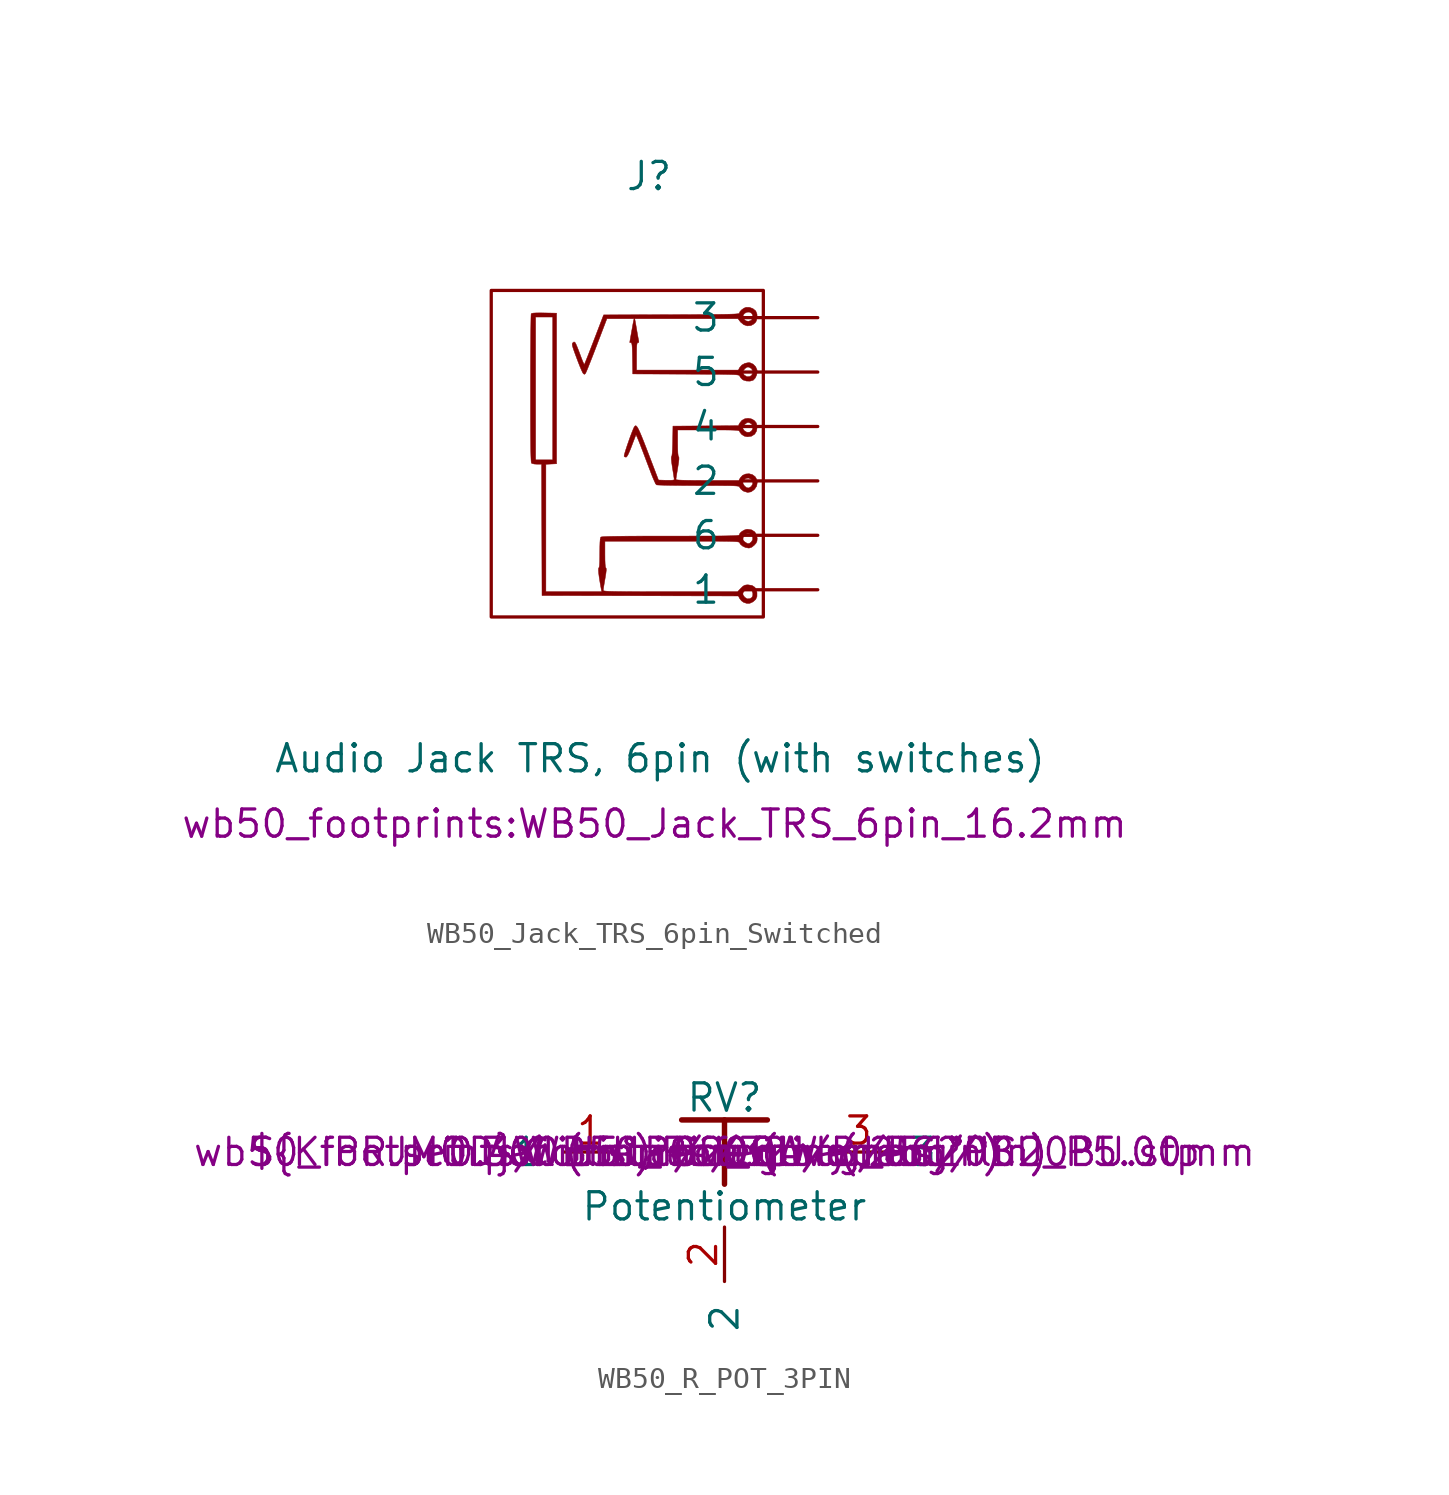
<source format=kicad_sym>
(kicad_symbol_lib
  (version 20241209)
  (generator "kicad_symbol_editor")
  (generator_version "9.0")
  (symbol "WB50_Jack_TRS_6pin_Switched"
    (pin_numbers
      (hide yes))
    (pin_names
      (offset 1.016))
    (property "Reference" "J"
      (at -0.254 12.954 0)
      (effects (font (size 1.27 1.27))))
    (property "Value" "Audio Jack TRS, 6pin (with switches)"
      (at 0.254 -14.224 0)
      (effects (font (size 1.27 1.27))))
    (property "Footprint" "wb50_footprints:WB50_Jack_TRS_6pin_16.2mm"
      (at 0 -17.272 0)
      (effects (font (size 1.27 1.27))))
    (property "Datasheet" ""
      (at 0 0 0)
      (effects (font (size 1.27 1.27))))
    (symbol "WB50_Jack_TRS_6pin_Switched_0_0"
      (polyline (pts (xy 4.445 -6.985) (xy 4.582 -6.922) (xy 4.603 -6.909) (xy 4.724 -6.801) (xy 4.782 -6.666) (xy 4.783 -6.486) (xy 4.763 -6.382) (xy 4.685 -6.236) (xy 4.553 -6.15) (xy 4.367 -6.121) (xy 4.313 -6.122) (xy 4.213 -6.138) (xy 4.13 -6.186) (xy 4.031 -6.281) (xy 3.879 -6.441) (xy 0.743 -6.441) (xy 0.517 -6.441) (xy -0.034 -6.441) (xy -0.513 -6.44) (xy -0.923 -6.439) (xy -1.27 -6.437) (xy -1.56 -6.435) (xy -1.796 -6.432) (xy -1.985 -6.428) (xy -2.131 -6.423) (xy -2.239 -6.417) (xy -2.314 -6.41) (xy -2.362 -6.402) (xy -2.387 -6.392) (xy -2.394 -6.381) (xy -2.394 -6.38) (xy -2.387 -6.317) (xy -2.368 -6.193) (xy -2.341 -6.026) (xy -2.308 -5.834) (xy -2.304 -5.81) (xy -2.269 -5.595) (xy -2.252 -5.449) (xy -2.252 -5.364) (xy -2.268 -5.331) (xy -2.274 -5.327) (xy -2.292 -5.274) (xy -2.304 -5.154) (xy -2.312 -4.965) (xy -2.314 -4.7) (xy -2.314 -4.085) (xy 0.818 -4.085) (xy 1.021 -4.085) (xy 1.569 -4.085) (xy 2.043 -4.085) (xy 2.451 -4.085) (xy 2.796 -4.087) (xy 3.083 -4.088) (xy 3.319 -4.09) (xy 3.509 -4.094) (xy 3.657 -4.098) (xy 3.769 -4.103) (xy 3.85 -4.11) (xy 3.905 -4.118) (xy 3.941 -4.128) (xy 3.961 -4.139) (xy 3.971 -4.152) (xy 3.977 -4.167) (xy 4.013 -4.229) (xy 4.115 -4.315) (xy 4.25 -4.379) (xy 4.389 -4.404) (xy 4.429 -4.402) (xy 4.541 -4.364) (xy 4.659 -4.268) (xy 4.739 -4.178) (xy 4.783 -4.083) (xy 4.794 -3.959) (xy 4.767 -3.794) (xy 4.679 -3.649) (xy 4.535 -3.557) (xy 4.341 -3.526) (xy 4.312 -3.527) (xy 4.193 -3.562) (xy 4.078 -3.629) (xy 3.99 -3.71) (xy 3.956 -3.789) (xy 3.956 -3.789) (xy 3.946 -3.799) (xy 3.915 -3.808) (xy 3.857 -3.816) (xy 3.767 -3.823) (xy 3.641 -3.828) (xy 3.474 -3.833) (xy 3.262 -3.837) (xy 2.998 -3.84) (xy 2.679 -3.842) (xy 2.299 -3.843) (xy 1.854 -3.844) (xy 1.339 -3.845) (xy 0.749 -3.845) (xy 0.633 -3.845) (xy 0.031 -3.845) (xy -0.496 -3.846) (xy -0.951 -3.848) (xy -1.339 -3.85) (xy -1.664 -3.854) (xy -1.93 -3.858) (xy -2.14 -3.863) (xy -2.299 -3.869) (xy -2.41 -3.876) (xy -2.478 -3.884) (xy -2.506 -3.893) (xy -2.515 -3.908) (xy -2.533 -3.986) (xy -2.535 -4.017) (xy 4.132 -4.017) (xy 4.135 -3.93) (xy 4.142 -3.905) (xy 4.21 -3.793) (xy 4.312 -3.734) (xy 4.425 -3.733) (xy 4.529 -3.798) (xy 4.58 -3.884) (xy 4.585 -4.008) (xy 4.515 -4.125) (xy 4.505 -4.134) (xy 4.417 -4.194) (xy 4.329 -4.189) (xy 4.218 -4.119) (xy 4.183 -4.09) (xy 4.132 -4.017) (xy -2.535 -4.017) (xy -2.545 -4.129) (xy -2.552 -4.341) (xy -2.554 -4.628) (xy -2.555 -4.826) (xy -2.559 -5.051) (xy -2.568 -5.206) (xy -2.582 -5.298) (xy -2.601 -5.332) (xy -2.61 -5.345) (xy -2.616 -5.425) (xy -2.606 -5.572) (xy -2.58 -5.777) (xy -2.539 -6.033) (xy -2.485 -6.331) (xy -2.464 -6.441) (xy -3.767 -6.441) (xy -5.07 -6.441) (xy -5.07 -3.467) (xy -5.07 -0.494) (xy -4.82 -0.482) (xy -4.571 -0.47) (xy -4.571 3.044) (xy -4.571 6.559) (xy -5.147 6.57) (xy -5.307 6.572) (xy -5.506 6.571) (xy -5.64 6.564) (xy -5.72 6.551) (xy -5.755 6.53) (xy -5.759 6.501) (xy -5.764 6.398) (xy -5.768 6.224) (xy -5.772 5.988) (xy -5.776 5.693) (xy -5.779 5.347) (xy -5.782 4.954) (xy -5.785 4.522) (xy -5.787 4.055) (xy -5.788 3.56) (xy -5.788 3.042) (xy -5.788 2.647) (xy -5.788 2.055) (xy -5.787 1.537) (xy -5.785 1.089) (xy -5.782 0.707) (xy -5.779 0.387) (xy -5.775 0.126) (xy -5.77 -0.082) (xy -5.764 -0.238) (xy -5.761 -0.287) (xy -5.549 -0.287) (xy -5.549 3.046) (xy -5.549 6.379) (xy -5.15 6.379) (xy -4.75 6.379) (xy -4.75 3.046) (xy -4.75 -0.288) (xy -5.15 -0.287) (xy -5.549 -0.287) (xy -5.761 -0.287) (xy -5.758 -0.348) (xy -5.75 -0.415) (xy -5.741 -0.442) (xy -5.709 -0.46) (xy -5.61 -0.482) (xy -5.481 -0.49) (xy -5.27 -0.49) (xy -5.26 -3.555) (xy -5.25 -6.498) (xy 4.127 -6.498) (xy 4.196 -6.401) (xy 4.303 -6.336) (xy 4.426 -6.328) (xy 4.532 -6.384) (xy 4.559 -6.42) (xy 4.59 -6.524) (xy 4.586 -6.634) (xy 4.545 -6.711) (xy 4.449 -6.768) (xy 4.329 -6.776) (xy 4.216 -6.705) (xy 4.209 -6.698) (xy 4.132 -6.592) (xy 4.127 -6.498) (xy -5.25 -6.498) (xy -5.25 -6.621) (xy -0.668 -6.631) (xy 3.914 -6.641) (xy 3.978 -6.764) (xy 4.059 -6.866) (xy 4.168 -6.942) (xy 4.315 -6.989) (xy 4.445 -6.985)) (stroke (width 0.01) (type default)) (fill (type outline)))
      (polyline (pts (xy 4.508 -1.78) (xy 4.659 -1.672) (xy 4.766 -1.518) (xy 4.798 -1.343) (xy 4.751 -1.158) (xy 4.694 -1.069) (xy 4.568 -0.977) (xy 4.415 -0.936) (xy 4.255 -0.948) (xy 4.112 -1.011) (xy 4.004 -1.129) (xy 3.936 -1.249) (xy 2.468 -1.249) (xy 2.127 -1.248) (xy 1.768 -1.246) (xy 1.482 -1.242) (xy 1.266 -1.236) (xy 1.116 -1.228) (xy 1.029 -1.218) (xy 1.001 -1.205) (xy 1.001 -1.203) (xy 1.008 -1.14) (xy 1.027 -1.018) (xy 1.054 -0.851) (xy 1.086 -0.658) (xy 1.087 -0.649) (xy 1.123 -0.422) (xy 1.141 -0.266) (xy 1.141 -0.174) (xy 1.126 -0.139) (xy 1.123 -0.138) (xy 1.104 -0.089) (xy 1.091 0.03) (xy 1.083 0.222) (xy 1.08 0.491) (xy 1.08 1.107) (xy 2.515 1.107) (xy 2.547 1.107) (xy 2.917 1.107) (xy 3.216 1.106) (xy 3.452 1.105) (xy 3.632 1.101) (xy 3.763 1.096) (xy 3.855 1.089) (xy 3.914 1.079) (xy 3.949 1.066) (xy 3.966 1.049) (xy 3.975 1.028) (xy 3.986 1.002) (xy 4.072 0.896) (xy 4.199 0.818) (xy 4.339 0.788) (xy 4.529 0.818) (xy 4.674 0.91) (xy 4.764 1.058) (xy 4.795 1.258) (xy 4.793 1.29) (xy 4.748 1.44) (xy 4.651 1.554) (xy 4.519 1.625) (xy 4.368 1.652) (xy 4.216 1.63) (xy 4.08 1.556) (xy 3.976 1.427) (xy 3.914 1.308) (xy 2.388 1.297) (xy 0.861 1.287) (xy 0.859 1.167) (xy 4.127 1.167) (xy 4.133 1.262) (xy 4.214 1.369) (xy 4.217 1.371) (xy 4.315 1.448) (xy 4.402 1.458) (xy 4.506 1.405) (xy 4.535 1.38) (xy 4.588 1.276) (xy 4.584 1.156) (xy 4.522 1.054) (xy 4.436 1.002) (xy 4.312 0.998) (xy 4.196 1.067) (xy 4.193 1.07) (xy 4.127 1.167) (xy 0.859 1.167) (xy 0.85 0.59) (xy 0.847 0.461) (xy 0.839 0.221) (xy 0.828 0.037) (xy 0.814 -0.084) (xy 0.797 -0.133) (xy 0.787 -0.154) (xy 0.785 -0.248) (xy 0.802 -0.418) (xy 0.838 -0.665) (xy 0.843 -0.69) (xy 0.873 -0.882) (xy 0.898 -1.043) (xy 0.915 -1.159) (xy 0.921 -1.212) (xy 0.919 -1.217) (xy 0.864 -1.234) (xy 0.739 -1.242) (xy 0.553 -1.241) (xy 0.186 -1.229) (xy -0.295 0.028) (xy -0.381 0.252) (xy -0.506 0.572) (xy -0.608 0.826) (xy -0.691 1.02) (xy -0.757 1.159) (xy -0.81 1.249) (xy -0.853 1.296) (xy -0.889 1.305) (xy -0.921 1.282) (xy -0.953 1.234) (xy -0.959 1.222) (xy -1.005 1.118) (xy -1.065 0.967) (xy -1.134 0.785) (xy -1.204 0.587) (xy -1.273 0.388) (xy -1.334 0.203) (xy -1.382 0.047) (xy -1.412 -0.065) (xy -1.419 -0.117) (xy -1.397 -0.146) (xy -1.327 -0.163) (xy -1.292 -0.137) (xy -1.235 -0.045) (xy -1.162 0.115) (xy -1.069 0.349) (xy -1.054 0.39) (xy -0.985 0.573) (xy -0.926 0.726) (xy -0.885 0.834) (xy -0.867 0.882) (xy -0.851 0.861) (xy -0.811 0.775) (xy -0.752 0.636) (xy -0.68 0.455) (xy -0.598 0.243) (xy -0.547 0.111) (xy -0.442 -0.167) (xy -0.335 -0.45) (xy -0.235 -0.711) (xy -0.154 -0.925) (xy -0.141 -0.96) (xy -0.067 -1.143) (xy -0.0001 -1.296) (xy 0.045 -1.387) (xy 4.128 -1.387) (xy 4.129 -1.3) (xy 4.196 -1.209) (xy 4.265 -1.156) (xy 4.379 -1.135) (xy 4.506 -1.191) (xy 4.52 -1.202) (xy 4.584 -1.3) (xy 4.583 -1.417) (xy 4.515 -1.529) (xy 4.408 -1.598) (xy 4.301 -1.59) (xy 4.198 -1.503) (xy 4.193 -1.496) (xy 4.128 -1.387) (xy 0.045 -1.387) (xy 0.054 -1.405) (xy 0.088 -1.453) (xy 0.137 -1.46) (xy 0.259 -1.466) (xy 0.444 -1.472) (xy 0.685 -1.478) (xy 0.974 -1.482) (xy 1.302 -1.485) (xy 1.663 -1.487) (xy 2.046 -1.488) (xy 2.433 -1.488) (xy 2.807 -1.489) (xy 3.115 -1.49) (xy 3.362 -1.492) (xy 3.556 -1.494) (xy 3.703 -1.499) (xy 3.809 -1.505) (xy 3.882 -1.513) (xy 3.929 -1.523) (xy 3.956 -1.536) (xy 3.969 -1.552) (xy 3.977 -1.571) (xy 3.98 -1.58) (xy 4.037 -1.657) (xy 4.129 -1.731) (xy 4.176 -1.757) (xy 4.348 -1.808) (xy 4.508 -1.78)) (stroke (width 0.01) (type default)) (fill (type outline)))
      (polyline (pts (xy 4.597 3.425) (xy 4.615 3.436) (xy 4.705 3.535) (xy 4.77 3.679) (xy 4.795 3.838) (xy 4.786 3.911) (xy 4.72 4.061) (xy 4.603 4.18) (xy 4.457 4.245) (xy 4.386 4.25) (xy 4.223 4.218) (xy 4.075 4.136) (xy 3.973 4.017) (xy 3.914 3.903) (xy 1.539 3.903) (xy -0.837 3.903) (xy -0.837 4.542) (xy -0.836 4.769) (xy -0.833 4.947) (xy -0.826 5.066) (xy -0.815 5.137) (xy -0.798 5.172) (xy -0.774 5.181) (xy -0.738 5.192) (xy -0.732 5.251) (xy -0.739 5.279) (xy -0.759 5.38) (xy -0.786 5.528) (xy -0.816 5.7) (xy -0.83 5.788) (xy -0.86 5.96) (xy -0.884 6.102) (xy -0.901 6.189) (xy -0.923 6.299) (xy 1.489 6.299) (xy 3.901 6.299) (xy 3.992 6.176) (xy 4.02 6.141) (xy 4.165 6.021) (xy 4.33 5.965) (xy 4.498 5.981) (xy 4.499 5.981) (xy 4.618 6.043) (xy 4.714 6.128) (xy 4.755 6.199) (xy 4.791 6.354) (xy 4.783 6.518) (xy 4.729 6.654) (xy 4.716 6.671) (xy 4.593 6.771) (xy 4.435 6.829) (xy 4.279 6.833) (xy 4.178 6.793) (xy 4.071 6.719) (xy 3.989 6.632) (xy 3.956 6.553) (xy 3.953 6.548) (xy 3.928 6.538) (xy 3.876 6.53) (xy 3.792 6.522) (xy 3.67 6.516) (xy 3.507 6.511) (xy 3.297 6.506) (xy 3.035 6.502) (xy 2.718 6.499) (xy 2.339 6.496) (xy 1.895 6.493) (xy 1.381 6.491) (xy 0.791 6.489) (xy -2.373 6.479) (xy -2.4 6.41) (xy 4.123 6.41) (xy 4.159 6.493) (xy 4.201 6.546) (xy 4.308 6.604) (xy 4.428 6.61) (xy 4.53 6.558) (xy 4.582 6.469) (xy 4.587 6.347) (xy 4.532 6.242) (xy 4.5 6.216) (xy 4.384 6.178) (xy 4.264 6.202) (xy 4.169 6.284) (xy 4.135 6.342) (xy 4.123 6.41) (xy -2.4 6.41) (xy -2.813 5.333) (xy -2.86 5.21) (xy -2.967 4.935) (xy -3.063 4.687) (xy -3.146 4.477) (xy -3.212 4.314) (xy -3.256 4.207) (xy -3.275 4.166) (xy -3.277 4.166) (xy -3.302 4.204) (xy -3.346 4.301) (xy -3.405 4.446) (xy -3.471 4.623) (xy -3.477 4.639) (xy -3.547 4.826) (xy -3.611 4.988) (xy -3.663 5.109) (xy -3.696 5.172) (xy -3.716 5.198) (xy -3.757 5.219) (xy -3.811 5.177) (xy -3.826 5.161) (xy -3.839 5.127) (xy -3.838 5.075) (xy -3.82 4.993) (xy -3.781 4.871) (xy -3.719 4.696) (xy -3.631 4.459) (xy -3.564 4.282) (xy -3.485 4.082) (xy -3.415 3.917) (xy -3.361 3.799) (xy -3.328 3.743) (xy -3.311 3.727) (xy -3.265 3.705) (xy -3.219 3.748) (xy -3.205 3.775) (xy -3.163 3.871) (xy -3.099 4.027) (xy -3.017 4.233) (xy -2.92 4.479) (xy -2.812 4.757) (xy -2.697 5.056) (xy -2.223 6.299) (xy -1.589 6.299) (xy -0.955 6.299) (xy -0.975 6.209) (xy -0.977 6.202) (xy -0.992 6.125) (xy -1.016 5.997) (xy -1.045 5.836) (xy -1.076 5.662) (xy -1.106 5.492) (xy -1.132 5.345) (xy -1.149 5.239) (xy -1.156 5.194) (xy -1.15 5.188) (xy -1.097 5.181) (xy -1.095 5.181) (xy -1.074 5.167) (xy -1.058 5.124) (xy -1.046 5.041) (xy -1.038 4.908) (xy -1.032 4.715) (xy -1.027 4.452) (xy -1.017 3.766) (xy 4.126 3.766) (xy 4.134 3.86) (xy 4.216 3.967) (xy 4.225 3.975) (xy 4.318 4.04) (xy 4.406 4.041) (xy 4.413 4.039) (xy 4.525 3.97) (xy 4.585 3.867) (xy 4.586 3.753) (xy 4.522 3.649) (xy 4.436 3.598) (xy 4.312 3.594) (xy 4.196 3.663) (xy 4.19 3.669) (xy 4.126 3.766) (xy -1.017 3.766) (xy -1.016 3.723) (xy 1.467 3.713) (xy 1.657 3.712) (xy 2.137 3.71) (xy 2.545 3.708) (xy 2.886 3.705) (xy 3.168 3.703) (xy 3.396 3.699) (xy 3.575 3.695) (xy 3.712 3.69) (xy 3.813 3.683) (xy 3.883 3.675) (xy 3.928 3.665) (xy 3.955 3.654) (xy 3.969 3.64) (xy 3.976 3.624) (xy 4.023 3.546) (xy 4.103 3.465) (xy 4.151 3.435) (xy 4.297 3.391) (xy 4.459 3.387) (xy 4.597 3.425)) (stroke (width 0.01) (type default)) (fill (type outline))))
    (symbol "WB50_Jack_TRS_6pin_Switched_0_1"
      (rectangle (start -7.62 7.62) (end 5.08 -7.62) (stroke (width 0) (type default)) (fill (type none))))
    (symbol "WB50_Jack_TRS_6pin_Switched_1_1"
      (pin passive line (at 7.62 6.35 180) (length 3.5) (name "3" (effects (font (size 1.27 1.27)))) (number "3" (effects (font (size 1.27 1.27)))))
      (pin passive line (at 7.62 3.81 180) (length 3.5) (name "5" (effects (font (size 1.27 1.27)))) (number "5" (effects (font (size 1.27 1.27)))))
      (pin passive line (at 7.62 1.27 180) (length 3.5) (name "4" (effects (font (size 1.27 1.27)))) (number "4" (effects (font (size 1.27 1.27)))))
      (pin passive line (at 7.62 -1.27 180) (length 3.5) (name "2" (effects (font (size 1.27 1.27)))) (number "2" (effects (font (size 1.27 1.27)))))
      (pin passive line (at 7.62 -3.81 180) (length 3.5) (name "6" (effects (font (size 1.27 1.27)))) (number "6" (effects (font (size 1.27 1.27)))))
      (pin passive line (at 7.62 -6.35 180) (length 3.5) (name "1" (effects (font (size 1.27 1.27)))) (number "1" (effects (font (size 1.27 1.27)))))))
  (symbol "WB50_R_POT_3PIN"
    (pin_names
      (offset 1.016))
    (property "Reference" "RV"
      (at 0 2.54 0)
      (effects (font (size 1.27 1.27))))
    (property "Value" "Potentiometer"
      (at 0 -2.54 0)
      (effects (font (size 1.27 1.27))))
    (property "Footprint" "wb50_footprints:WB50_Pot_Omeg_PC20BU_P5.00mm"
      (at 0 0 0)
      (effects (font (size 1.27 1.27))))
    (property "Datasheet" ""
      (at 0 0 0)
      (effects (font (size 1.27 1.27))))
    (property "Manufacturer" "Omeg"
      (at 0 0 0)
      (effects (font (size 1.27 1.27))))
    (property "MPN" "PC20BU"
      (at 0 0 0)
      (effects (font (size 1.27 1.27))))
    (property "Law" "set per instance (A/B/log/lin)"
      (at 0 0 0)
      (effects (font (size 1.27 1.27))))
    (property "RatedPower@40C" "0.4W (lin) / 0.2W (nonlin)"
      (at 0 0 0)
      (effects (font (size 1.27 1.27))))
    (property "Track" "Conductive polymer"
      (at 0 0 0)
      (effects (font (size 1.27 1.27))))
    (property "Rotation" "300±5°, effective 256°"
      (at 0 0 0)
      (effects (font (size 1.27 1.27))))
    (property "3DModel" "${KIPRJMOD}/libraries/3dmodels/PC20BU.stp"
      (at 0 0 0)
      (effects (font (size 1.27 1.27))))
    (symbol "WB50_R_POT_3PIN_0_1"
      (polyline (pts (xy -2 1.5) (xy 2 1.5)) (stroke (width 0.254) (type solid)) (fill (type none)))
      (polyline (pts (xy 0 1.5) (xy 0 -1.5)) (stroke (width 0.254) (type solid)) (fill (type none))))
    (symbol "WB50_R_POT_3PIN_1_1"
      (pin passive line (at -5 0 180) (length 2.54) (name "1" (effects (font (size 1.27 1.27)))) (number "1" (effects (font (size 1.27 1.27)))))
      (pin passive line (at 0 -3.5 270) (length 2.54) (name "2" (effects (font (size 1.27 1.27)))) (number "2" (effects (font (size 1.27 1.27)))))
      (pin passive line (at 5 0 0) (length 2.54) (name "3" (effects (font (size 1.27 1.27)))) (number "3" (effects (font (size 1.27 1.27))))))))
</source>
